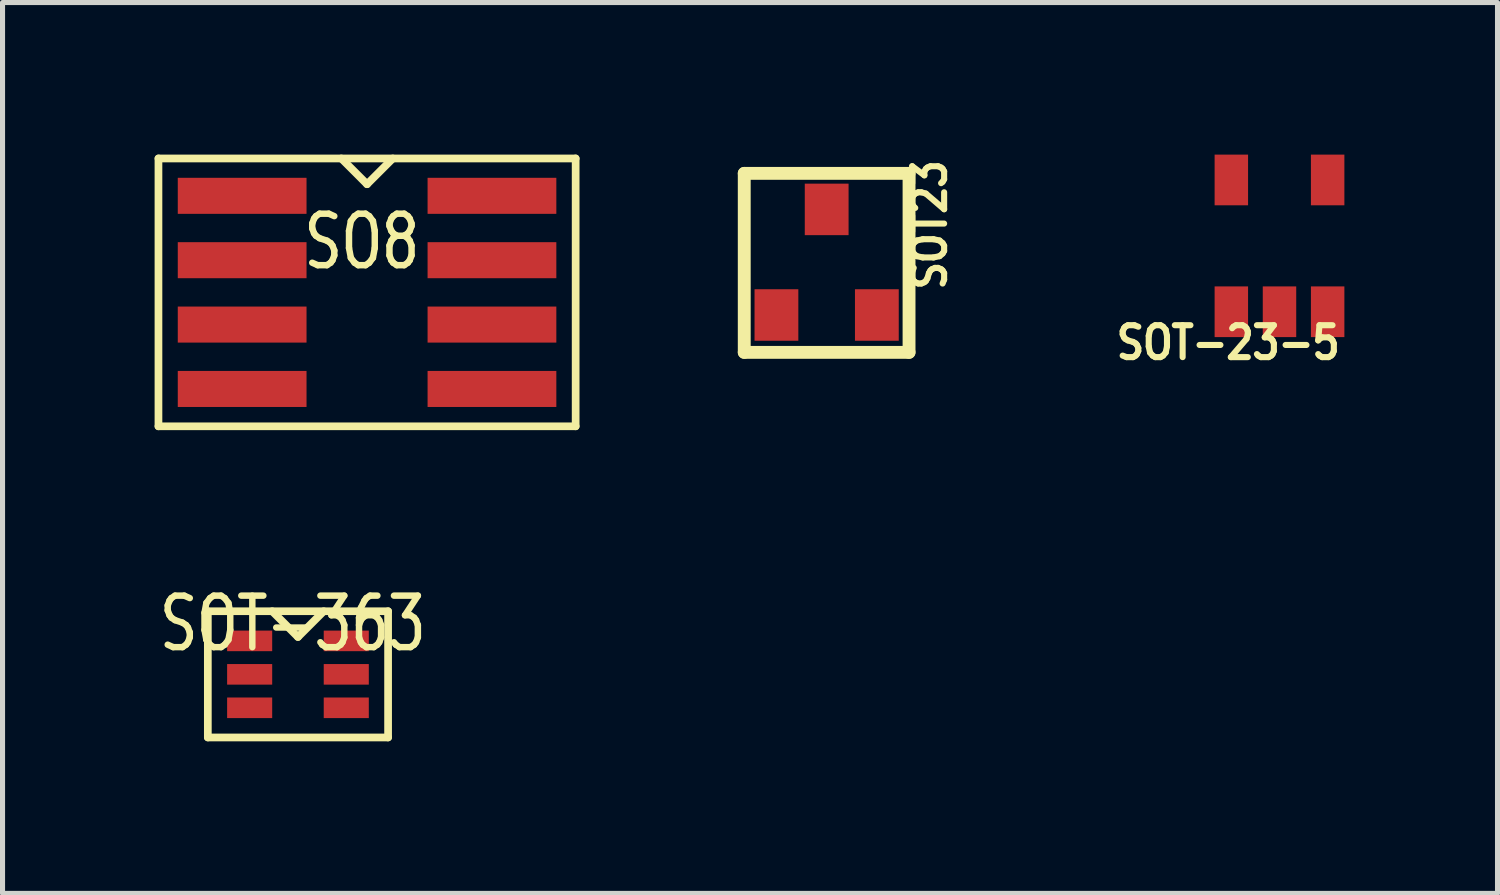
<source format=kicad_pcb>
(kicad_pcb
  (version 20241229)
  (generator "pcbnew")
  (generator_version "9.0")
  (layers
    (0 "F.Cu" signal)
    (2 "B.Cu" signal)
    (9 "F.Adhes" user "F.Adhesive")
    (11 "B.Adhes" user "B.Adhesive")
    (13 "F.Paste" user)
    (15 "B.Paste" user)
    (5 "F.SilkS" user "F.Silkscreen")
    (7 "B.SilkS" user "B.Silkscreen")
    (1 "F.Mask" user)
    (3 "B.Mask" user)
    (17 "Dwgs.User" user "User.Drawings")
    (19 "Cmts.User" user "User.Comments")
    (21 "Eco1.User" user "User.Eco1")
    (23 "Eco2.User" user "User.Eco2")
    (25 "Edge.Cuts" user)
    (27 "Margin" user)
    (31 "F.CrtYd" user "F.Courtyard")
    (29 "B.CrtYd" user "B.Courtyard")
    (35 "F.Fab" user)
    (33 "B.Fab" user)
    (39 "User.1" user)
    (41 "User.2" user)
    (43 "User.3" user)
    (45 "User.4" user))
  (footprint "SOT-23-5"
    (layer "F.Cu")
    (at 21.241 3.1)
    (property "Reference" "SOT-23-5" (at -0.061 0.61 0) (layer "F.SilkS") (effects (font (size 0.63 0.54) (thickness 0.12))))
    (attr through_hole)
    (pad "1" smd rect (at 0 0 270) (size 1 0.66) (layers "F.Cu" "F.Mask" "F.Paste"))
    (pad "2" smd rect (at 0.95 0 270) (size 1 0.66) (layers "F.Cu" "F.Mask" "F.Paste"))
    (pad "3" smd rect (at 1.9 0 270) (size 1 0.66) (layers "F.Cu" "F.Mask" "F.Paste"))
    (pad "4" smd rect (at 1.9 -2.6 270) (size 1 0.66) (layers "F.Cu" "F.Mask" "F.Paste"))
    (pad "5" smd rect (at 0 -2.6 270) (size 1 0.66) (layers "F.Cu" "F.Mask" "F.Paste")))
  (footprint "SOT-363"
    (layer "F.Cu")
    (at 2.828 10.253)
    (property "Reference" "SOT-363" (at -0.102 -1 0) (layer "F.SilkS") (effects (font (size 1.016 0.762) (thickness 0.127))))
    (attr through_hole)
    (fp_line (start -1.778 -1.245) (end 1.778 -1.245) (stroke (width 0.152) (type solid)) (layer "F.SilkS"))
    (fp_line (start -1.778 1.245) (end -1.778 -1.245) (stroke (width 0.152) (type solid)) (layer "F.SilkS"))
    (fp_line (start 0 -0.737) (end -0.508 -1.245) (stroke (width 0.152) (type solid)) (layer "F.SilkS"))
    (fp_line (start 0 -0.737) (end 0.508 -1.245) (stroke (width 0.152) (type solid)) (layer "F.SilkS"))
    (fp_line (start 1.778 -1.245) (end 1.778 1.245) (stroke (width 0.152) (type solid)) (layer "F.SilkS"))
    (fp_line (start 1.778 1.245) (end -1.778 1.245) (stroke (width 0.152) (type solid)) (layer "F.SilkS"))
    (pad "1" smd rect (at -0.953 -0.66) (size 0.889 0.406) (layers "F.Cu" "F.Mask" "F.Paste"))
    (pad "2" smd rect (at -0.953 0) (size 0.889 0.406) (layers "F.Cu" "F.Mask" "F.Paste"))
    (pad "3" smd rect (at -0.953 0.66) (size 0.889 0.406) (layers "F.Cu" "F.Mask" "F.Paste"))
    (pad "4" smd rect (at 0.953 0.66) (size 0.889 0.406) (layers "F.Cu" "F.Mask" "F.Paste"))
    (pad "5" smd rect (at 0.953 0) (size 0.889 0.406) (layers "F.Cu" "F.Mask" "F.Paste"))
    (pad "6" smd rect (at 0.953 -0.66) (size 0.889 0.406) (layers "F.Cu" "F.Mask" "F.Paste")))
  (footprint "SO8"
    (layer "F.Cu")
    (at 4.191 2.718)
    (property "Reference" "SO8" (at -0.102 -1 0) (layer "F.SilkS") (effects (font (size 1.016 0.762) (thickness 0.127))))
    (attr through_hole)
    (fp_line (start -4.115 -2.642) (end 4.115 -2.642) (stroke (width 0.152) (type solid)) (layer "F.SilkS"))
    (fp_line (start -4.115 2.642) (end -4.115 -2.642) (stroke (width 0.152) (type solid)) (layer "F.SilkS"))
    (fp_line (start 0 -2.134) (end -0.508 -2.642) (stroke (width 0.152) (type solid)) (layer "F.SilkS"))
    (fp_line (start 0 -2.134) (end 0.508 -2.642) (stroke (width 0.152) (type solid)) (layer "F.SilkS"))
    (fp_line (start 4.115 -2.642) (end 4.115 2.642) (stroke (width 0.152) (type solid)) (layer "F.SilkS"))
    (fp_line (start 4.115 2.642) (end -4.115 2.642) (stroke (width 0.152) (type solid)) (layer "F.SilkS"))
    (pad "1" smd rect (at -2.464 -1.905) (size 2.54 0.711) (layers "F.Cu" "F.Mask" "F.Paste"))
    (pad "2" smd rect (at -2.464 -0.635) (size 2.54 0.711) (layers "F.Cu" "F.Mask" "F.Paste"))
    (pad "3" smd rect (at -2.464 0.635) (size 2.54 0.711) (layers "F.Cu" "F.Mask" "F.Paste"))
    (pad "4" smd rect (at -2.464 1.905) (size 2.54 0.711) (layers "F.Cu" "F.Mask" "F.Paste"))
    (pad "5" smd rect (at 2.464 1.905) (size 2.54 0.711) (layers "F.Cu" "F.Mask" "F.Paste"))
    (pad "6" smd rect (at 2.464 0.635) (size 2.54 0.711) (layers "F.Cu" "F.Mask" "F.Paste"))
    (pad "7" smd rect (at 2.464 -0.635) (size 2.54 0.711) (layers "F.Cu" "F.Mask" "F.Paste"))
    (pad "8" smd rect (at 2.464 -1.905) (size 2.54 0.711) (layers "F.Cu" "F.Mask" "F.Paste")))
  (footprint "SOT23"
    (layer "F.Cu")
    (at 11.632 0.37)
    (property "Reference" "SOT23" (at 3.658 1.016 90) (layer "F.SilkS") (effects (font (size 0.63 0.54) (thickness 0.12))))
    (attr through_hole)
    (fp_line (start 0 0) (end 0 3.531) (stroke (width 0.254) (type solid)) (layer "F.SilkS"))
    (fp_line (start 0 3.531) (end 3.251 3.531) (stroke (width 0.254) (type solid)) (layer "F.SilkS"))
    (fp_line (start 3.251 0) (end 0 0) (stroke (width 0.254) (type solid)) (layer "F.SilkS"))
    (fp_line (start 3.251 3.531) (end 3.251 0) (stroke (width 0.254) (type solid)) (layer "F.SilkS"))
    (pad "1" smd rect (at 0.635 2.794 270) (size 1.016 0.864) (layers "F.Cu" "F.Mask" "F.Paste"))
    (pad "2" smd rect (at 2.616 2.794 270) (size 1.016 0.864) (layers "F.Cu" "F.Mask" "F.Paste"))
    (pad "3" smd rect (at 1.626 0.711 270) (size 1.016 0.864) (layers "F.Cu" "F.Mask" "F.Paste")))
  (gr_rect
    (start -3 -3)
    (end 26.492 14.574)
    (stroke (width 0.1) (type default))
    (fill no)
    (layer "Edge.Cuts")))
</source>
